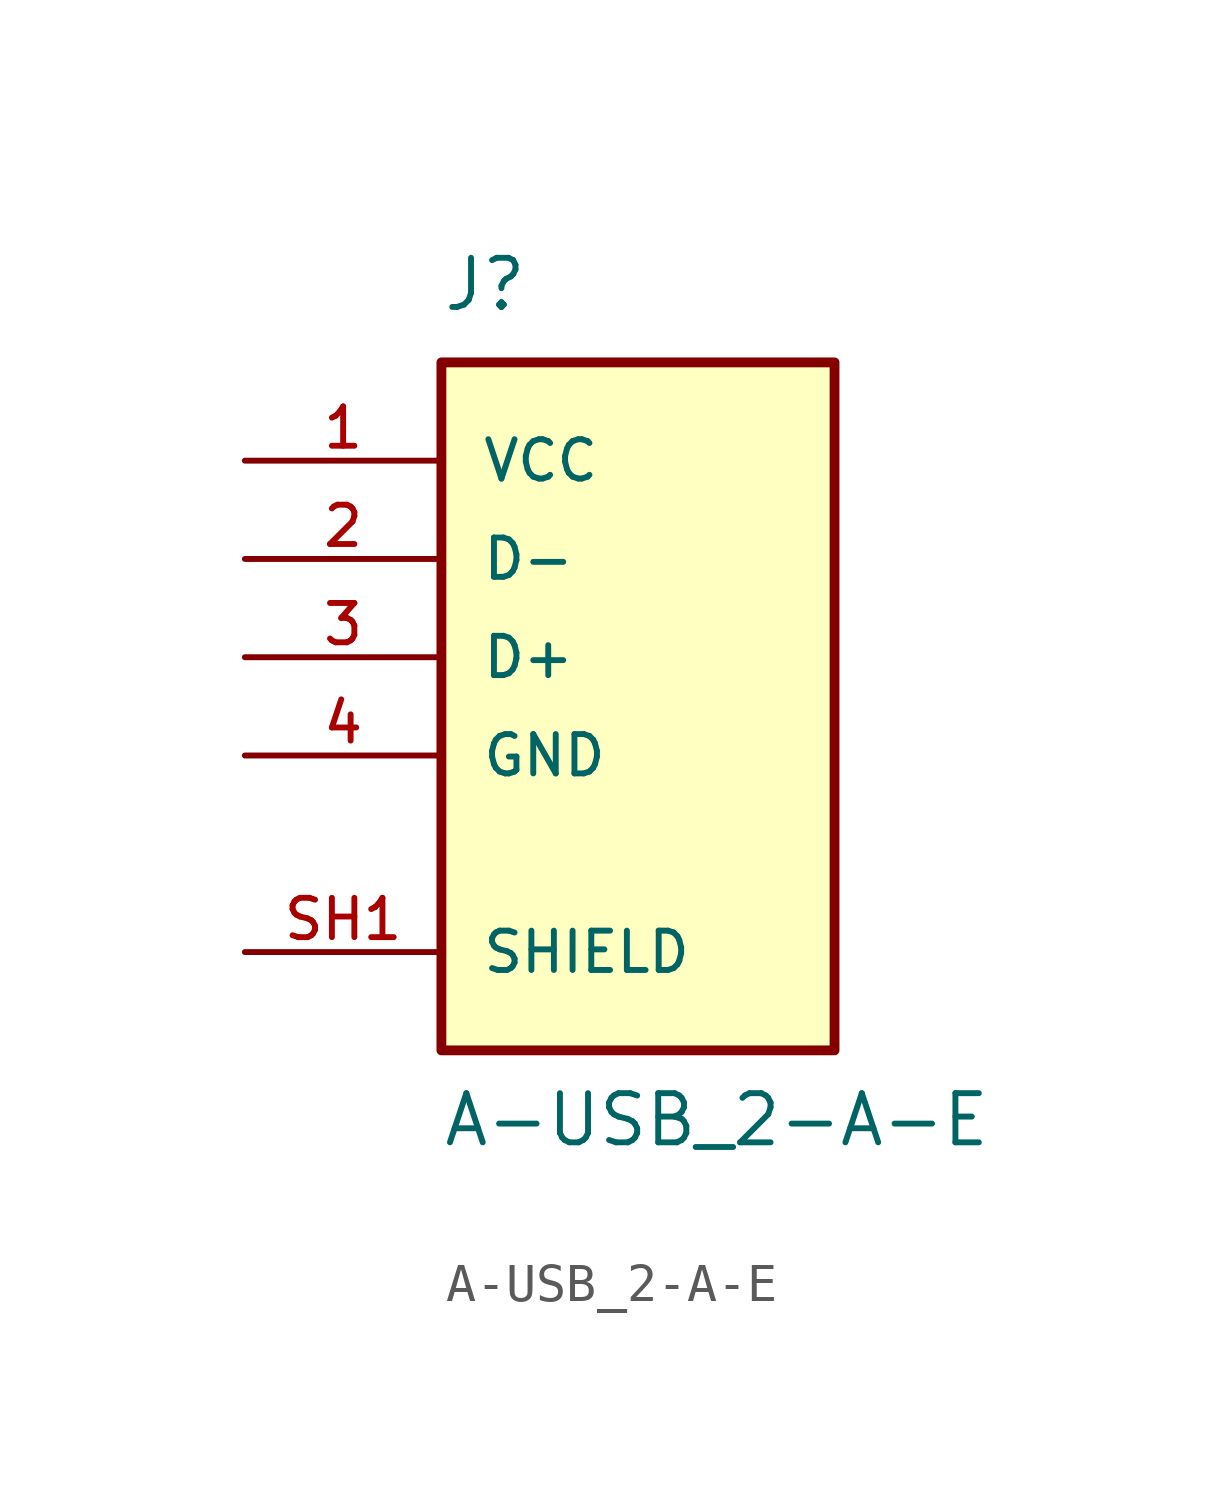
<source format=kicad_sym>
(kicad_symbol_lib
  (version 20211014)
  (generator kicad_symbol_editor)
  (symbol "A-USB_2-A-E"
    (pin_names
      (offset 1.016))
    (property "Reference" "J"
      (at -5.08 8.89 0)
      (effects (font (size 1.27 1.27)) (justify bottom left)))
    (property "Value" "A-USB_2-A-E"
      (at -5.08 -12.7 0)
      (effects (font (size 1.27 1.27)) (justify bottom left)))
    (symbol "A-USB_2-A-E_0_0"
      (rectangle (start -5.08 -10.16) (end 5.08 7.62) (stroke (width 0.254)) (fill (type background)))
      (pin power_in line (at -10.16 5.08 0) (length 5.08) (name "VCC" (effects (font (size 1.016 1.016)))) (number "1" (effects (font (size 1.016 1.016)))))
      (pin bidirectional line (at -10.16 2.54 0) (length 5.08) (name "D-" (effects (font (size 1.016 1.016)))) (number "2" (effects (font (size 1.016 1.016)))))
      (pin bidirectional line (at -10.16 0.0 0) (length 5.08) (name "D+" (effects (font (size 1.016 1.016)))) (number "3" (effects (font (size 1.016 1.016)))))
      (pin power_in line (at -10.16 -2.54 0) (length 5.08) (name "GND" (effects (font (size 1.016 1.016)))) (number "4" (effects (font (size 1.016 1.016)))))
      (pin power_in line (at -10.16 -7.62 0) (length 5.08) (name "SHIELD" (effects (font (size 1.016 1.016)))) (number "SH1" (effects (font (size 1.016 1.016)))))
      (pin power_in line (at -10.16 -7.62 0) (length 5.08) hide (name "SHIELD" (effects (font (size 1.016 1.016)))) (number "SH2" (effects (font (size 1.016 1.016)))))
      (pin power_in line (at -10.16 -7.62 0) (length 5.08) hide (name "SHIELD" (effects (font (size 1.016 1.016)))) (number "SH3" (effects (font (size 1.016 1.016)))))
      (pin power_in line (at -10.16 -7.62 0) (length 5.08) hide (name "SHIELD" (effects (font (size 1.016 1.016)))) (number "SH4" (effects (font (size 1.016 1.016))))))))
</source>
